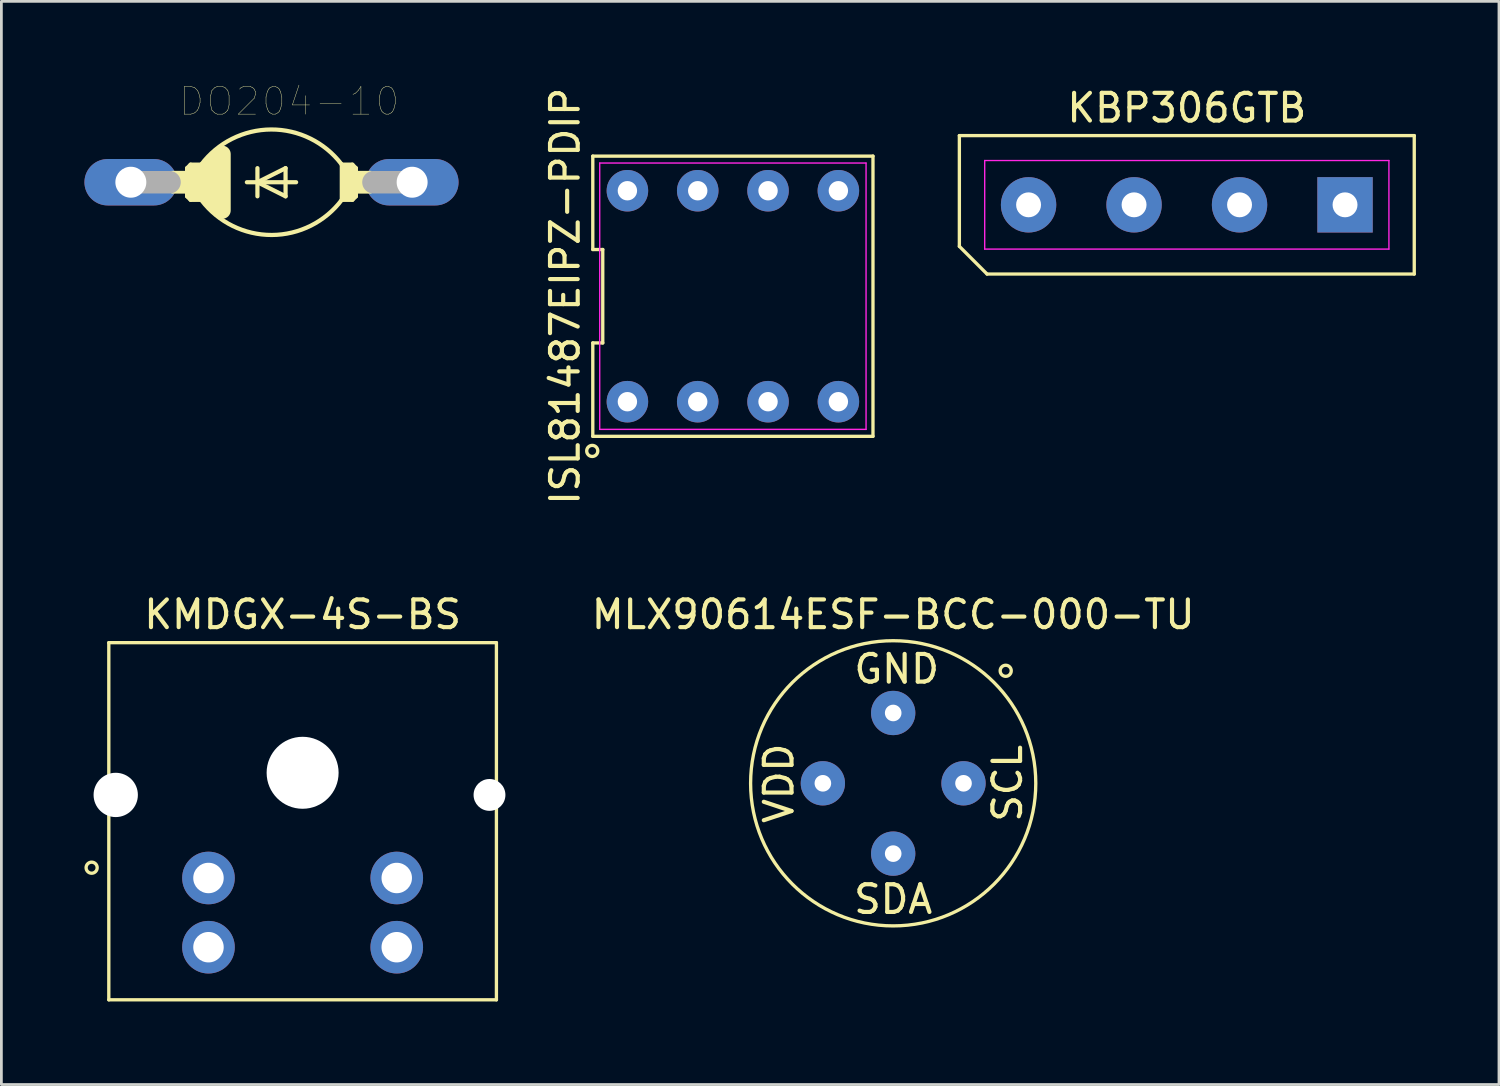
<source format=kicad_pcb>
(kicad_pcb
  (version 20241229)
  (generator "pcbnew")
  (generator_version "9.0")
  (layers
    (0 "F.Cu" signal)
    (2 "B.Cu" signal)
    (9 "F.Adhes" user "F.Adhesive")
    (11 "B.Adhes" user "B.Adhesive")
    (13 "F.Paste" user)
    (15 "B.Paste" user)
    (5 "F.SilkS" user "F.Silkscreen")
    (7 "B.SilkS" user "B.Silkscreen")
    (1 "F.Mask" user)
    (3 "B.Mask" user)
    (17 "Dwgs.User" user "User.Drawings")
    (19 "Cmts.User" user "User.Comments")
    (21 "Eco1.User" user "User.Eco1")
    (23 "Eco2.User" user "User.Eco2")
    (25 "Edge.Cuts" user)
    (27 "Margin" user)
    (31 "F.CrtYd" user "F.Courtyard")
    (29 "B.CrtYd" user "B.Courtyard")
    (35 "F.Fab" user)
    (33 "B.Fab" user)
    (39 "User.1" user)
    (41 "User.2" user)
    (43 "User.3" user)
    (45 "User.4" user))
  (footprint "MLX90614ESF-BCC-000-TU"
    (layer "F.Cu")
    (at 29.211 25.242)
    (property "Reference" "MLX90614ESF-BCC-000-TU" (at 0 -6.096 0) (layer "F.SilkS") (effects (font (size 1 1) (thickness 0.15))))
    (attr through_hole)
    (fp_circle (center 0 0) (end 5.15 0) (stroke (width 0.12) (type solid)) (fill no) (layer "F.SilkS"))
    (fp_circle (center 4.064 -4.064) (end 4.264 -4.064) (stroke (width 0.12) (type solid)) (fill no) (layer "F.SilkS"))
    (fp_text user "SCL" (at 4.128 0 90) (layer "F.SilkS") (effects (font (size 1 1) (thickness 0.15))))
    (fp_text user "GND" (at 0.127 -4.128 0) (layer "F.SilkS") (effects (font (size 1 1) (thickness 0.15))))
    (fp_text user "VDD" (at -4.128 0 90) (layer "F.SilkS") (effects (font (size 1 1) (thickness 0.15))))
    (fp_text user "SDA" (at 0 4.191 0) (layer "F.SilkS") (effects (font (size 1 1) (thickness 0.15))))
    (pad "1" thru_hole circle (at 2.54 0) (size 1.6 1.6) (drill 0.6) (layers "*.Cu" "*.Mask"))
    (pad "2" thru_hole circle (at 0 2.54) (size 1.6 1.6) (drill 0.6) (layers "*.Cu" "*.Mask"))
    (pad "3" thru_hole circle (at -2.54 0) (size 1.6 1.6) (drill 0.6) (layers "*.Cu" "*.Mask"))
    (pad "4" thru_hole circle (at 0 -2.54) (size 1.6 1.6) (drill 0.6) (layers "*.Cu" "*.Mask")))
  (footprint "KMDGX-4S-BS"
    (layer "F.Cu")
    (at 7.88 20.162)
    (property "Reference" "KMDGX-4S-BS" (at 0 -1.016 0) (layer "F.SilkS") (effects (font (size 1 1) (thickness 0.15))))
    (attr through_hole)
    (fp_line (start -7 0) (end -7 12.9) (stroke (width 0.12) (type solid)) (layer "F.SilkS"))
    (fp_line (start -7 0) (end 7 0) (stroke (width 0.12) (type solid)) (layer "F.SilkS"))
    (fp_line (start -7 12.9) (end 7 12.9) (stroke (width 0.12) (type solid)) (layer "F.SilkS"))
    (fp_line (start 7 0) (end 7 12.9) (stroke (width 0.12) (type solid)) (layer "F.SilkS"))
    (fp_circle (center -7.62 8.128) (end -7.42 8.128) (stroke (width 0.12) (type solid)) (fill no) (layer "F.SilkS"))
    (pad "" np_thru_hole circle (at -6.75 5.5) (size 1.6 1.6) (drill 1.6) (layers "*.Cu" "*.Mask"))
    (pad "" np_thru_hole circle (at 0 4.7) (size 2.6 2.6) (drill 2.6) (layers "*.Cu" "*.Mask"))
    (pad "" np_thru_hole circle (at 6.75 5.5) (size 1.15 1.15) (drill 1.15) (layers "*.Cu" "*.Mask"))
    (pad "1" thru_hole circle (at -3.4 8.5) (size 1.9 1.9) (drill 1.1) (layers "*.Cu" "*.Mask"))
    (pad "2" thru_hole circle (at 3.4 8.5) (size 1.9 1.9) (drill 1.1) (layers "*.Cu" "*.Mask"))
    (pad "3" thru_hole circle (at -3.4 11) (size 1.9 1.9) (drill 1.1) (layers "*.Cu" "*.Mask"))
    (pad "4" thru_hole circle (at 3.4 11) (size 1.9 1.9) (drill 1.1) (layers "*.Cu" "*.Mask")))
  (footprint "KBP306GTB"
    (layer "F.Cu")
    (at 39.816 4.348)
    (property "Reference" "KBP306GTB" (at 0 -3.5 0) (layer "F.SilkS") (effects (font (size 1 1) (thickness 0.15))))
    (attr through_hole)
    (fp_line (start -8.215 -2.5) (end 8.215 -2.5) (stroke (width 0.12) (type solid)) (layer "F.SilkS"))
    (fp_line (start -8.215 1.5) (end -8.215 -2.5) (stroke (width 0.12) (type solid)) (layer "F.SilkS"))
    (fp_line (start -7.215 2.5) (end -8.215 1.5) (stroke (width 0.12) (type solid)) (layer "F.SilkS"))
    (fp_line (start 8.215 -2.5) (end 8.215 2.5) (stroke (width 0.12) (type solid)) (layer "F.SilkS"))
    (fp_line (start 8.215 2.5) (end -7.215 2.5) (stroke (width 0.12) (type solid)) (layer "F.SilkS"))
    (fp_line (start -7.3 -1.6) (end 7.3 -1.6) (stroke (width 0.05) (type solid)) (layer "F.CrtYd"))
    (fp_line (start -7.3 1.6) (end -7.3 -1.6) (stroke (width 0.05) (type solid)) (layer "F.CrtYd"))
    (fp_line (start 7.3 -1.6) (end 7.3 1.6) (stroke (width 0.05) (type solid)) (layer "F.CrtYd"))
    (fp_line (start 7.3 1.6) (end -7.3 1.6) (stroke (width 0.05) (type solid)) (layer "F.CrtYd"))
    (pad "1" thru_hole oval (at -5.715 0) (size 2 2) (drill 0.9) (layers "*.Cu" "*.Mask"))
    (pad "2" thru_hole oval (at -1.905 0) (size 2 2) (drill 0.9) (layers "*.Cu" "*.Mask"))
    (pad "3" thru_hole oval (at 1.905 0) (size 2 2) (drill 0.9) (layers "*.Cu" "*.Mask"))
    (pad "4" thru_hole rect (at 5.715 0) (size 2 2) (drill 0.9) (layers "*.Cu" "*.Mask")))
  (footprint "DO204-10"
    (layer "F.Cu")
    (at 6.756 3.532)
    (property "Reference" "DO204-10" (at 0.635 -2.921 0) (layer "F.SilkS") (effects (font (size 1 1) (thickness 0.015))))
    (attr through_hole)
    (fp_line (start -3.048 -0.508) (end -2.921 -0.635) (stroke (width 0.152) (type solid)) (layer "F.SilkS"))
    (fp_line (start -3.048 0.508) (end -3.048 -0.508) (stroke (width 0.152) (type solid)) (layer "F.SilkS"))
    (fp_line (start -3.048 0.508) (end -2.921 0.635) (stroke (width 0.152) (type solid)) (layer "F.SilkS"))
    (fp_line (start -2.794 -0.381) (end -2.794 0.381) (stroke (width 0.61) (type solid)) (layer "F.SilkS"))
    (fp_line (start -2.54 -0.635) (end -2.921 -0.635) (stroke (width 0.152) (type solid)) (layer "F.SilkS"))
    (fp_line (start -2.54 -0.635) (end -2.54 0.635) (stroke (width 0.152) (type solid)) (layer "F.SilkS"))
    (fp_line (start -2.54 0.635) (end -2.921 0.635) (stroke (width 0.152) (type solid)) (layer "F.SilkS"))
    (fp_line (start -2.286 -0.508) (end -2.286 0.508) (stroke (width 0.61) (type solid)) (layer "F.SilkS"))
    (fp_line (start -2.286 -0.508) (end -2.032 -0.762) (stroke (width 0.61) (type solid)) (layer "F.SilkS"))
    (fp_line (start -2.032 0.762) (end -2.286 0.508) (stroke (width 0.61) (type solid)) (layer "F.SilkS"))
    (fp_line (start -1.778 -1.016) (end -1.778 1.016) (stroke (width 0.61) (type solid)) (layer "F.SilkS"))
    (fp_line (start -0.889 0) (end -0.508 0) (stroke (width 0.152) (type solid)) (layer "F.SilkS"))
    (fp_line (start -0.508 -0.508) (end -0.508 0) (stroke (width 0.152) (type solid)) (layer "F.SilkS"))
    (fp_line (start -0.508 0) (end -0.508 0.508) (stroke (width 0.152) (type solid)) (layer "F.SilkS"))
    (fp_line (start -0.508 0) (end 0.508 -0.508) (stroke (width 0.152) (type solid)) (layer "F.SilkS"))
    (fp_line (start -0.508 0) (end 0.889 0) (stroke (width 0.152) (type solid)) (layer "F.SilkS"))
    (fp_line (start 0.508 -0.508) (end 0.508 0.508) (stroke (width 0.152) (type solid)) (layer "F.SilkS"))
    (fp_line (start 0.508 0.508) (end -0.508 0) (stroke (width 0.152) (type solid)) (layer "F.SilkS"))
    (fp_line (start 2.54 -0.635) (end 2.54 0.635) (stroke (width 0.152) (type solid)) (layer "F.SilkS"))
    (fp_line (start 2.54 -0.635) (end 2.921 -0.635) (stroke (width 0.152) (type solid)) (layer "F.SilkS"))
    (fp_line (start 2.54 0.635) (end 2.921 0.635) (stroke (width 0.152) (type solid)) (layer "F.SilkS"))
    (fp_line (start 2.794 -0.381) (end 2.794 0.381) (stroke (width 0.61) (type solid)) (layer "F.SilkS"))
    (fp_line (start 3.048 -0.508) (end 2.921 -0.635) (stroke (width 0.152) (type solid)) (layer "F.SilkS"))
    (fp_line (start 3.048 0.508) (end 2.921 0.635) (stroke (width 0.152) (type solid)) (layer "F.SilkS"))
    (fp_line (start 3.048 0.508) (end 3.048 -0.508) (stroke (width 0.152) (type solid)) (layer "F.SilkS"))
    (fp_arc (start -2.54 -0.635) (mid -0.012027 -1.904983) (end 2.5255 -0.6542) (stroke (width 0.1524) (type solid)) (layer "F.SilkS"))
    (fp_arc (start 2.54 0.635) (mid 0.012027 1.904983) (end -2.5255 0.6542) (stroke (width 0.1524) (type solid)) (layer "F.SilkS"))
    (fp_poly (pts (xy -3.607 -0.406) (xy -3.048 -0.406) (xy -3.048 0.406) (xy -3.607 0.406)) (stroke (width 0.01) (type solid)) (fill yes) (layer "F.SilkS"))
    (fp_poly (pts (xy 3.048 -0.406) (xy 3.607 -0.406) (xy 3.607 0.406) (xy 3.048 0.406)) (stroke (width 0.01) (type solid)) (fill yes) (layer "F.SilkS"))
    (fp_line (start -5.08 0) (end -3.683 0) (stroke (width 0.813) (type solid)) (layer "F.Fab"))
    (fp_line (start 5.08 0) (end 3.683 0) (stroke (width 0.813) (type solid)) (layer "F.Fab"))
    (pad "1" thru_hole oval (at -5.08 0) (size 3.353 1.676) (drill 1.118) (layers "*.Cu" "*.Mask"))
    (pad "2" thru_hole oval (at 5.08 0) (size 3.353 1.676) (drill 1.118) (layers "*.Cu" "*.Mask")))
  (footprint "ISL81487EIPZ-PDIP"
    (layer "F.Cu")
    (at 23.421 7.649)
    (property "Reference" "ISL81487EIPZ-PDIP" (at -6.06 0 90) (layer "F.SilkS") (effects (font (size 1 1) (thickness 0.15))))
    (attr through_hole)
    (fp_line (start -5.06 -5.06) (end -5.06 -1.687) (stroke (width 0.12) (type solid)) (layer "F.SilkS"))
    (fp_line (start -5.06 -1.687) (end -4.7 -1.687) (stroke (width 0.12) (type solid)) (layer "F.SilkS"))
    (fp_line (start -5.06 1.687) (end -5.06 5.06) (stroke (width 0.12) (type solid)) (layer "F.SilkS"))
    (fp_line (start -5.06 5.06) (end 5.06 5.06) (stroke (width 0.12) (type solid)) (layer "F.SilkS"))
    (fp_line (start -4.7 -1.687) (end -4.7 1.687) (stroke (width 0.12) (type solid)) (layer "F.SilkS"))
    (fp_line (start -4.7 1.687) (end -5.06 1.687) (stroke (width 0.12) (type solid)) (layer "F.SilkS"))
    (fp_line (start 5.06 -5.06) (end -5.06 -5.06) (stroke (width 0.12) (type solid)) (layer "F.SilkS"))
    (fp_line (start 5.06 5.06) (end 5.06 -5.06) (stroke (width 0.12) (type solid)) (layer "F.SilkS"))
    (fp_circle (center -5.08 5.588) (end -4.88 5.588) (stroke (width 0.12) (type solid)) (fill no) (layer "F.SilkS"))
    (fp_line (start -4.81 -4.81) (end 4.81 -4.81) (stroke (width 0.05) (type solid)) (layer "F.CrtYd"))
    (fp_line (start -4.81 4.81) (end -4.81 -4.81) (stroke (width 0.05) (type solid)) (layer "F.CrtYd"))
    (fp_line (start 4.81 -4.81) (end 4.81 4.81) (stroke (width 0.05) (type solid)) (layer "F.CrtYd"))
    (fp_line (start 4.81 4.81) (end -4.81 4.81) (stroke (width 0.05) (type solid)) (layer "F.CrtYd"))
    (pad "1" thru_hole circle (at -3.81 3.81) (size 1.5 1.5) (drill 0.7) (layers "*.Cu" "*.Mask"))
    (pad "2" thru_hole circle (at -1.27 3.81) (size 1.5 1.5) (drill 0.7) (layers "*.Cu" "*.Mask"))
    (pad "3" thru_hole circle (at 1.27 3.81) (size 1.5 1.5) (drill 0.7) (layers "*.Cu" "*.Mask"))
    (pad "4" thru_hole circle (at 3.81 3.81) (size 1.5 1.5) (drill 0.7) (layers "*.Cu" "*.Mask"))
    (pad "5" thru_hole circle (at 3.81 -3.81) (size 1.5 1.5) (drill 0.7) (layers "*.Cu" "*.Mask"))
    (pad "6" thru_hole circle (at 1.27 -3.81) (size 1.5 1.5) (drill 0.7) (layers "*.Cu" "*.Mask"))
    (pad "7" thru_hole circle (at -1.27 -3.81) (size 1.5 1.5) (drill 0.7) (layers "*.Cu" "*.Mask"))
    (pad "8" thru_hole circle (at -3.81 -3.81) (size 1.5 1.5) (drill 0.7) (layers "*.Cu" "*.Mask")))
  (gr_rect
    (start -3 -3)
    (end 51.091 36.122)
    (stroke (width 0.1) (type default))
    (fill no)
    (layer "Edge.Cuts")))
</source>
